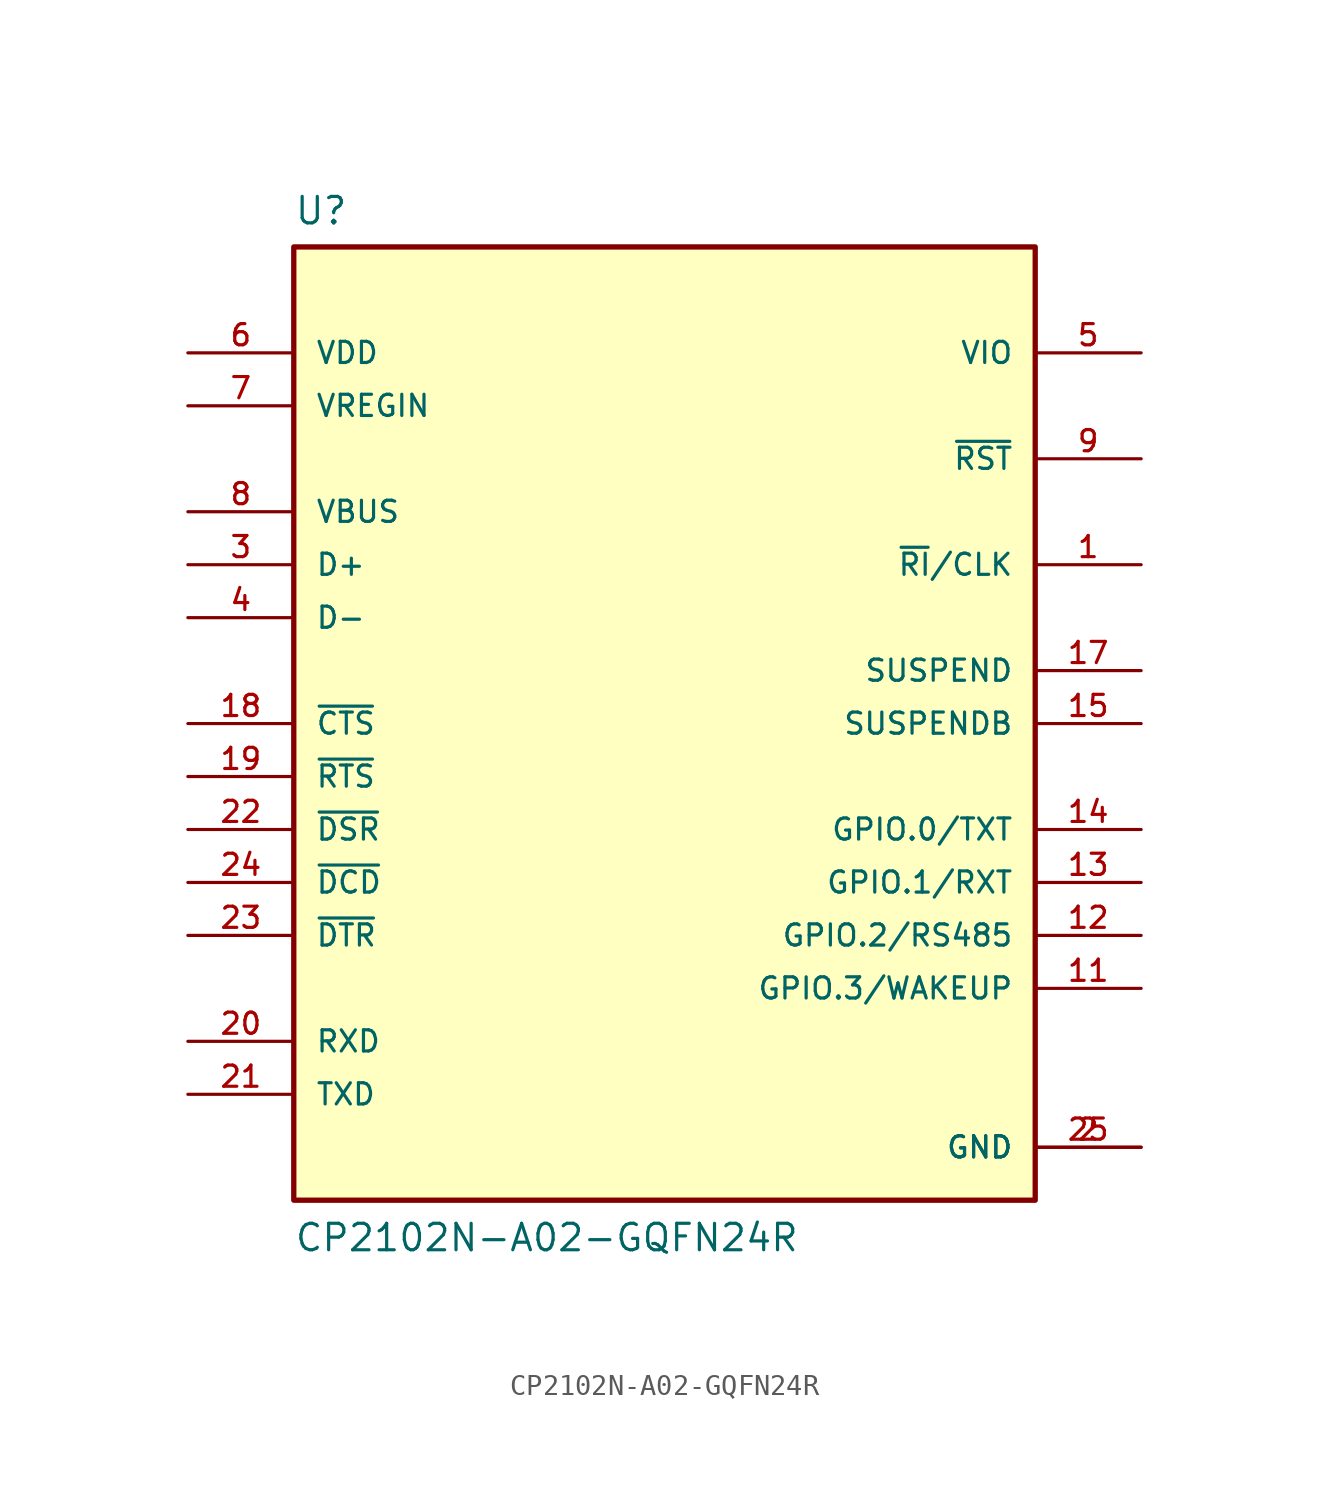
<source format=kicad_sym>
(kicad_symbol_lib
  (version 20211014)
  (generator kicad_symbol_editor)
  (symbol "CP2102N-A02-GQFN24R"
    (pin_names
      (offset 1.016))
    (property "Reference" "U"
      (at -17.78 23.851 0)
      (effects (font (size 1.27 1.27)) (justify left bottom)))
    (property "Value" "CP2102N-A02-GQFN24R"
      (at -17.78 -25.4 0)
      (effects (font (size 1.27 1.27)) (justify left bottom)))
    (property "ki_locked" ""
      (at 0 0 0)
      (effects (font (size 1.27 1.27))))
    (symbol "CP2102N-A02-GQFN24R_0_0"
      (rectangle (start -17.78 -22.86) (end 17.78 22.86) (stroke (width 0.254) (type default) (color 0 0 0 0)) (fill (type background)))
      (pin bidirectional line (at 22.86 7.62 180) (length 5.08) (name "~{RI}/CLK" (effects (font (size 1.016 1.016)))) (number "1" (effects (font (size 1.016 1.016)))))
      (pin bidirectional line (at 22.86 -12.7 180) (length 5.08) (name "GPIO.3/WAKEUP" (effects (font (size 1.016 1.016)))) (number "11" (effects (font (size 1.016 1.016)))))
      (pin bidirectional line (at 22.86 -10.16 180) (length 5.08) (name "GPIO.2/RS485" (effects (font (size 1.016 1.016)))) (number "12" (effects (font (size 1.016 1.016)))))
      (pin bidirectional line (at 22.86 -7.62 180) (length 5.08) (name "GPIO.1/RXT" (effects (font (size 1.016 1.016)))) (number "13" (effects (font (size 1.016 1.016)))))
      (pin bidirectional line (at 22.86 -5.08 180) (length 5.08) (name "GPIO.0/TXT" (effects (font (size 1.016 1.016)))) (number "14" (effects (font (size 1.016 1.016)))))
      (pin output line (at 22.86 0 180) (length 5.08) (name "SUSPENDB" (effects (font (size 1.016 1.016)))) (number "15" (effects (font (size 1.016 1.016)))))
      (pin output line (at 22.86 2.54 180) (length 5.08) (name "SUSPEND" (effects (font (size 1.016 1.016)))) (number "17" (effects (font (size 1.016 1.016)))))
      (pin input line (at -22.86 0 0) (length 5.08) (name "~{CTS}" (effects (font (size 1.016 1.016)))) (number "18" (effects (font (size 1.016 1.016)))))
      (pin output line (at -22.86 -2.54 0) (length 5.08) (name "~{RTS}" (effects (font (size 1.016 1.016)))) (number "19" (effects (font (size 1.016 1.016)))))
      (pin power_in line (at 22.86 -20.32 180) (length 5.08) (name "GND" (effects (font (size 1.016 1.016)))) (number "2" (effects (font (size 1.016 1.016)))))
      (pin input line (at -22.86 -15.24 0) (length 5.08) (name "RXD" (effects (font (size 1.016 1.016)))) (number "20" (effects (font (size 1.016 1.016)))))
      (pin output line (at -22.86 -17.78 0) (length 5.08) (name "TXD" (effects (font (size 1.016 1.016)))) (number "21" (effects (font (size 1.016 1.016)))))
      (pin input line (at -22.86 -5.08 0) (length 5.08) (name "~{DSR}" (effects (font (size 1.016 1.016)))) (number "22" (effects (font (size 1.016 1.016)))))
      (pin output line (at -22.86 -10.16 0) (length 5.08) (name "~{DTR}" (effects (font (size 1.016 1.016)))) (number "23" (effects (font (size 1.016 1.016)))))
      (pin input line (at -22.86 -7.62 0) (length 5.08) (name "~{DCD}" (effects (font (size 1.016 1.016)))) (number "24" (effects (font (size 1.016 1.016)))))
      (pin power_in line (at 22.86 -20.32 180) (length 5.08) (name "GND" (effects (font (size 1.016 1.016)))) (number "25" (effects (font (size 1.016 1.016)))))
      (pin bidirectional line (at -22.86 7.62 0) (length 5.08) (name "D+" (effects (font (size 1.016 1.016)))) (number "3" (effects (font (size 1.016 1.016)))))
      (pin bidirectional line (at -22.86 5.08 0) (length 5.08) (name "D-" (effects (font (size 1.016 1.016)))) (number "4" (effects (font (size 1.016 1.016)))))
      (pin power_in line (at 22.86 17.78 180) (length 5.08) (name "VIO" (effects (font (size 1.016 1.016)))) (number "5" (effects (font (size 1.016 1.016)))))
      (pin power_in line (at -22.86 17.78 0) (length 5.08) (name "VDD" (effects (font (size 1.016 1.016)))) (number "6" (effects (font (size 1.016 1.016)))))
      (pin input line (at -22.86 15.24 0) (length 5.08) (name "VREGIN" (effects (font (size 1.016 1.016)))) (number "7" (effects (font (size 1.016 1.016)))))
      (pin input line (at -22.86 10.16 0) (length 5.08) (name "VBUS" (effects (font (size 1.016 1.016)))) (number "8" (effects (font (size 1.016 1.016)))))
      (pin bidirectional line (at 22.86 12.7 180) (length 5.08) (name "~{RST}" (effects (font (size 1.016 1.016)))) (number "9" (effects (font (size 1.016 1.016))))))))
</source>
